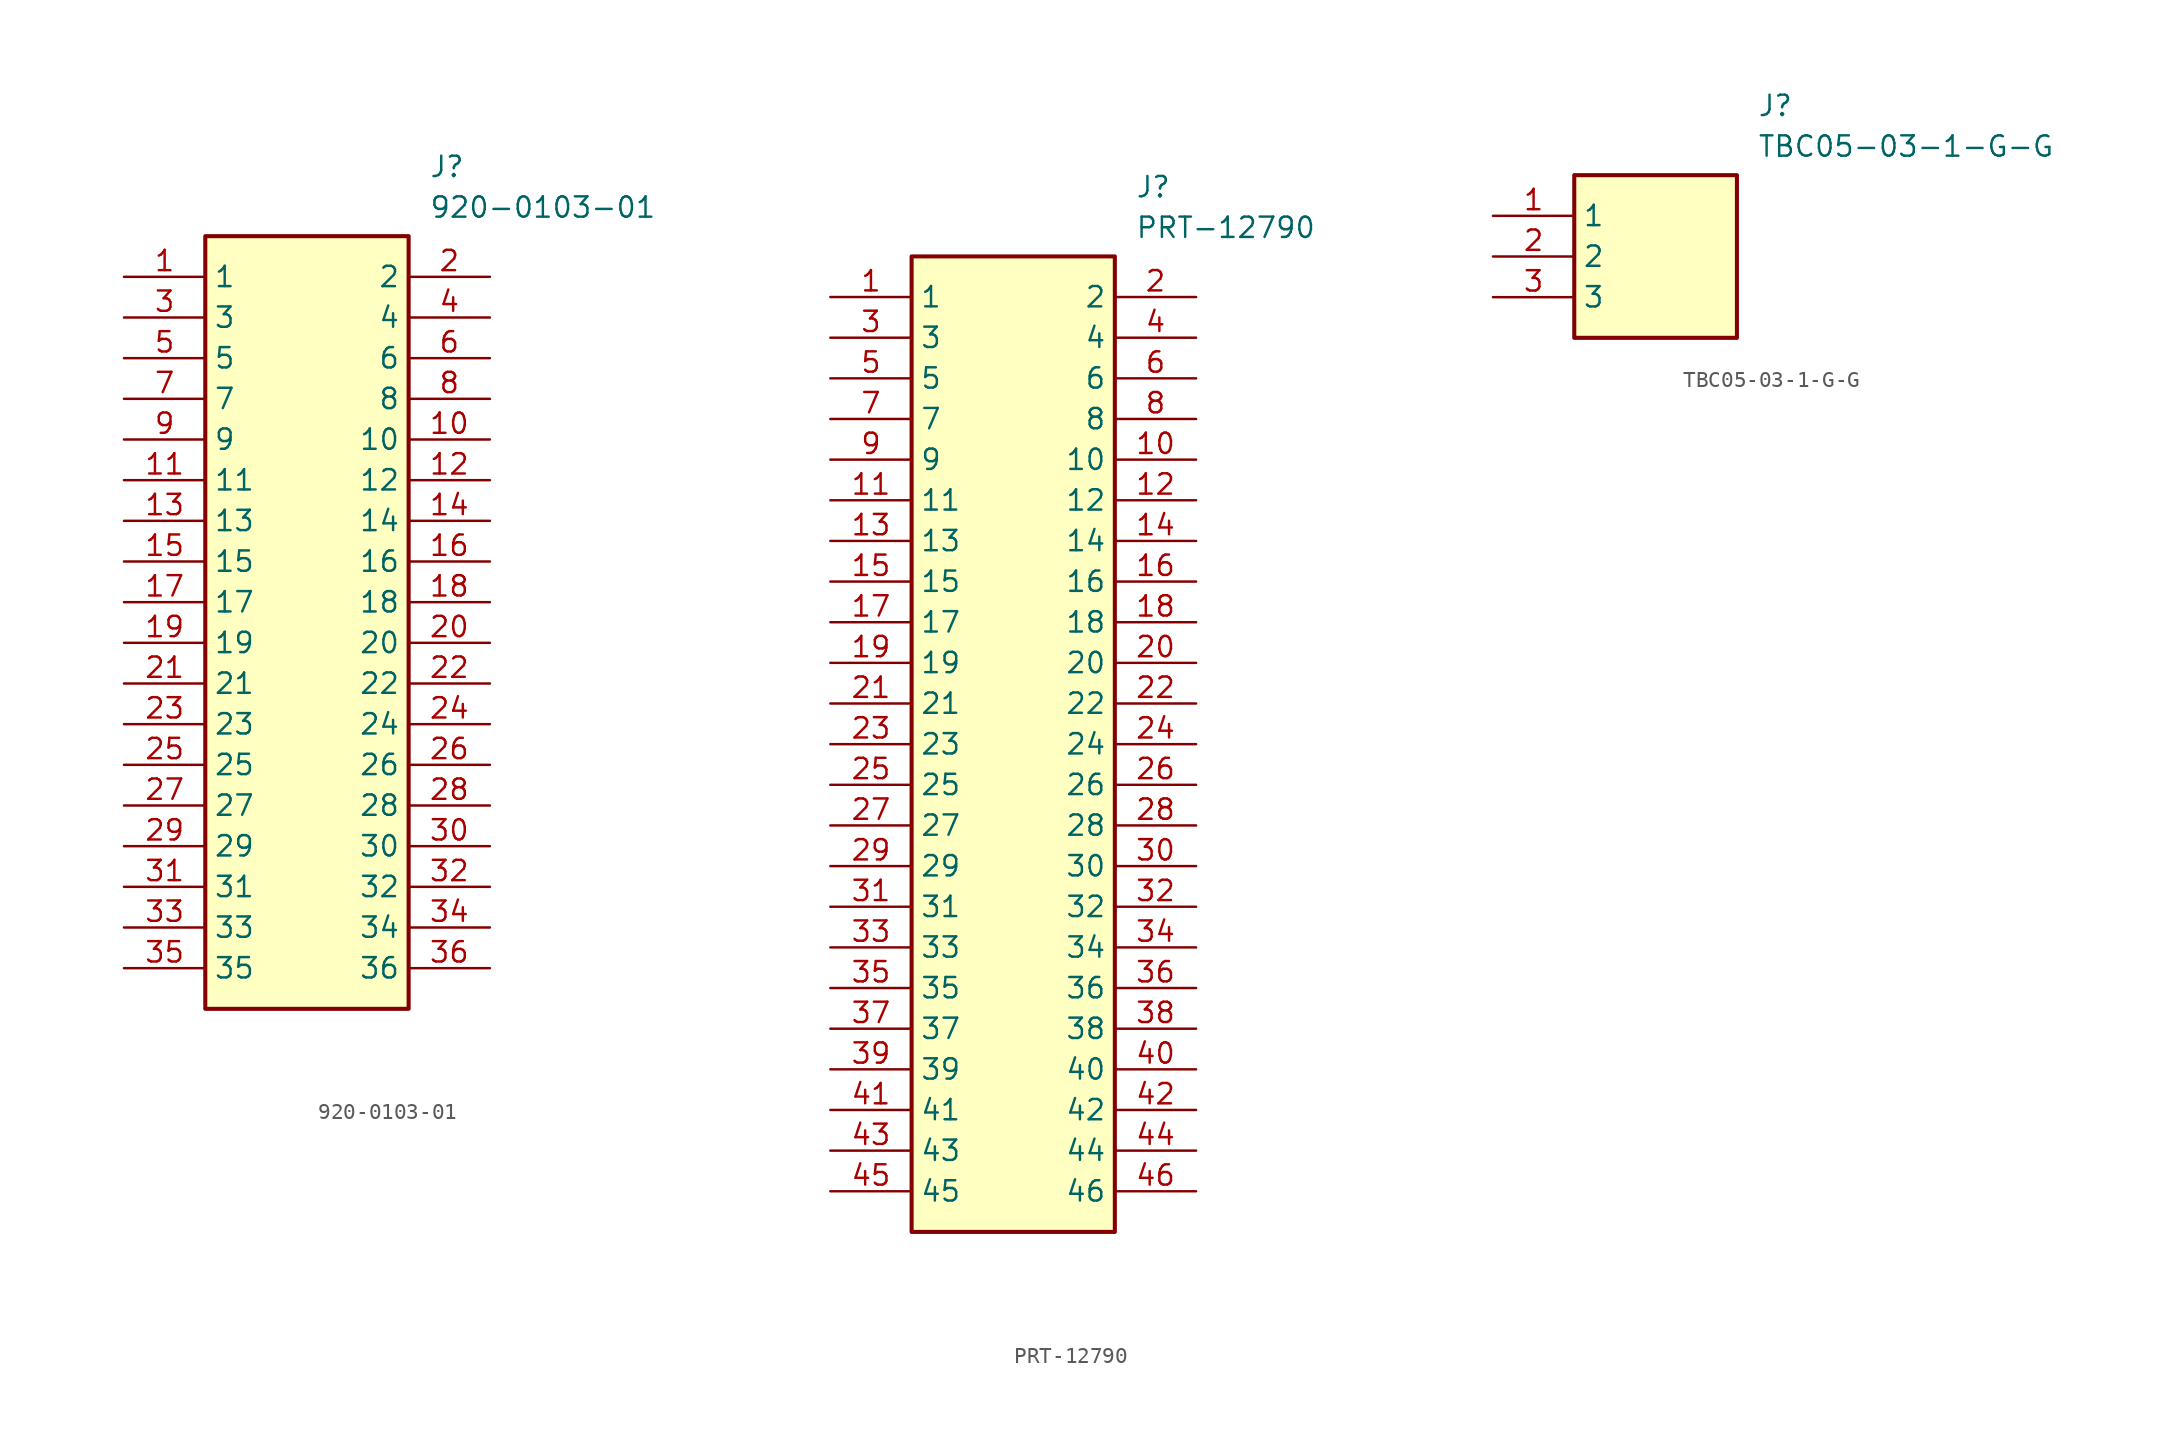
<source format=kicad_sym>
(kicad_symbol_lib
  (version 20241209)
  (generator "kicad_symbol_editor")
  (generator_version "9.0")
  (symbol "920-0103-01"
    (property "Reference" "J"
      (at 19.05 7.62 0)
      (effects (font (size 1.27 1.27)) (justify left top)))
    (property "Value" "920-0103-01"
      (at 19.05 5.08 0)
      (effects (font (size 1.27 1.27)) (justify left top)))
    (symbol "920-0103-01_1_1"
      (rectangle (start 5.08 2.54) (end 17.78 -45.72) (stroke (width 0.254) (type default)) (fill (type background)))
      (pin passive line (at 0 0 0) (length 5.08) (name "1" (effects (font (size 1.27 1.27)))) (number "1" (effects (font (size 1.27 1.27)))))
      (pin passive line (at 0 -2.54 0) (length 5.08) (name "3" (effects (font (size 1.27 1.27)))) (number "3" (effects (font (size 1.27 1.27)))))
      (pin passive line (at 0 -5.08 0) (length 5.08) (name "5" (effects (font (size 1.27 1.27)))) (number "5" (effects (font (size 1.27 1.27)))))
      (pin passive line (at 0 -7.62 0) (length 5.08) (name "7" (effects (font (size 1.27 1.27)))) (number "7" (effects (font (size 1.27 1.27)))))
      (pin passive line (at 0 -10.16 0) (length 5.08) (name "9" (effects (font (size 1.27 1.27)))) (number "9" (effects (font (size 1.27 1.27)))))
      (pin passive line (at 0 -12.7 0) (length 5.08) (name "11" (effects (font (size 1.27 1.27)))) (number "11" (effects (font (size 1.27 1.27)))))
      (pin passive line (at 0 -15.24 0) (length 5.08) (name "13" (effects (font (size 1.27 1.27)))) (number "13" (effects (font (size 1.27 1.27)))))
      (pin passive line (at 0 -17.78 0) (length 5.08) (name "15" (effects (font (size 1.27 1.27)))) (number "15" (effects (font (size 1.27 1.27)))))
      (pin passive line (at 0 -20.32 0) (length 5.08) (name "17" (effects (font (size 1.27 1.27)))) (number "17" (effects (font (size 1.27 1.27)))))
      (pin passive line (at 0 -22.86 0) (length 5.08) (name "19" (effects (font (size 1.27 1.27)))) (number "19" (effects (font (size 1.27 1.27)))))
      (pin passive line (at 0 -25.4 0) (length 5.08) (name "21" (effects (font (size 1.27 1.27)))) (number "21" (effects (font (size 1.27 1.27)))))
      (pin passive line (at 0 -27.94 0) (length 5.08) (name "23" (effects (font (size 1.27 1.27)))) (number "23" (effects (font (size 1.27 1.27)))))
      (pin passive line (at 0 -30.48 0) (length 5.08) (name "25" (effects (font (size 1.27 1.27)))) (number "25" (effects (font (size 1.27 1.27)))))
      (pin passive line (at 0 -33.02 0) (length 5.08) (name "27" (effects (font (size 1.27 1.27)))) (number "27" (effects (font (size 1.27 1.27)))))
      (pin passive line (at 0 -35.56 0) (length 5.08) (name "29" (effects (font (size 1.27 1.27)))) (number "29" (effects (font (size 1.27 1.27)))))
      (pin passive line (at 0 -38.1 0) (length 5.08) (name "31" (effects (font (size 1.27 1.27)))) (number "31" (effects (font (size 1.27 1.27)))))
      (pin passive line (at 0 -40.64 0) (length 5.08) (name "33" (effects (font (size 1.27 1.27)))) (number "33" (effects (font (size 1.27 1.27)))))
      (pin passive line (at 0 -43.18 0) (length 5.08) (name "35" (effects (font (size 1.27 1.27)))) (number "35" (effects (font (size 1.27 1.27)))))
      (pin passive line (at 22.86 0 180) (length 5.08) (name "2" (effects (font (size 1.27 1.27)))) (number "2" (effects (font (size 1.27 1.27)))))
      (pin passive line (at 22.86 -2.54 180) (length 5.08) (name "4" (effects (font (size 1.27 1.27)))) (number "4" (effects (font (size 1.27 1.27)))))
      (pin passive line (at 22.86 -5.08 180) (length 5.08) (name "6" (effects (font (size 1.27 1.27)))) (number "6" (effects (font (size 1.27 1.27)))))
      (pin passive line (at 22.86 -7.62 180) (length 5.08) (name "8" (effects (font (size 1.27 1.27)))) (number "8" (effects (font (size 1.27 1.27)))))
      (pin passive line (at 22.86 -10.16 180) (length 5.08) (name "10" (effects (font (size 1.27 1.27)))) (number "10" (effects (font (size 1.27 1.27)))))
      (pin passive line (at 22.86 -12.7 180) (length 5.08) (name "12" (effects (font (size 1.27 1.27)))) (number "12" (effects (font (size 1.27 1.27)))))
      (pin passive line (at 22.86 -15.24 180) (length 5.08) (name "14" (effects (font (size 1.27 1.27)))) (number "14" (effects (font (size 1.27 1.27)))))
      (pin passive line (at 22.86 -17.78 180) (length 5.08) (name "16" (effects (font (size 1.27 1.27)))) (number "16" (effects (font (size 1.27 1.27)))))
      (pin passive line (at 22.86 -20.32 180) (length 5.08) (name "18" (effects (font (size 1.27 1.27)))) (number "18" (effects (font (size 1.27 1.27)))))
      (pin passive line (at 22.86 -22.86 180) (length 5.08) (name "20" (effects (font (size 1.27 1.27)))) (number "20" (effects (font (size 1.27 1.27)))))
      (pin passive line (at 22.86 -25.4 180) (length 5.08) (name "22" (effects (font (size 1.27 1.27)))) (number "22" (effects (font (size 1.27 1.27)))))
      (pin passive line (at 22.86 -27.94 180) (length 5.08) (name "24" (effects (font (size 1.27 1.27)))) (number "24" (effects (font (size 1.27 1.27)))))
      (pin passive line (at 22.86 -30.48 180) (length 5.08) (name "26" (effects (font (size 1.27 1.27)))) (number "26" (effects (font (size 1.27 1.27)))))
      (pin passive line (at 22.86 -33.02 180) (length 5.08) (name "28" (effects (font (size 1.27 1.27)))) (number "28" (effects (font (size 1.27 1.27)))))
      (pin passive line (at 22.86 -35.56 180) (length 5.08) (name "30" (effects (font (size 1.27 1.27)))) (number "30" (effects (font (size 1.27 1.27)))))
      (pin passive line (at 22.86 -38.1 180) (length 5.08) (name "32" (effects (font (size 1.27 1.27)))) (number "32" (effects (font (size 1.27 1.27)))))
      (pin passive line (at 22.86 -40.64 180) (length 5.08) (name "34" (effects (font (size 1.27 1.27)))) (number "34" (effects (font (size 1.27 1.27)))))
      (pin passive line (at 22.86 -43.18 180) (length 5.08) (name "36" (effects (font (size 1.27 1.27)))) (number "36" (effects (font (size 1.27 1.27)))))))
  (symbol "PRT-12790"
    (property "Reference" "J"
      (at 19.05 7.62 0)
      (effects (font (size 1.27 1.27)) (justify left top)))
    (property "Value" "PRT-12790"
      (at 19.05 5.08 0)
      (effects (font (size 1.27 1.27)) (justify left top)))
    (symbol "PRT-12790_1_1"
      (rectangle (start 5.08 2.54) (end 17.78 -58.42) (stroke (width 0.254) (type default)) (fill (type background)))
      (pin passive line (at 0 0 0) (length 5.08) (name "1" (effects (font (size 1.27 1.27)))) (number "1" (effects (font (size 1.27 1.27)))))
      (pin passive line (at 0 -2.54 0) (length 5.08) (name "3" (effects (font (size 1.27 1.27)))) (number "3" (effects (font (size 1.27 1.27)))))
      (pin passive line (at 0 -5.08 0) (length 5.08) (name "5" (effects (font (size 1.27 1.27)))) (number "5" (effects (font (size 1.27 1.27)))))
      (pin passive line (at 0 -7.62 0) (length 5.08) (name "7" (effects (font (size 1.27 1.27)))) (number "7" (effects (font (size 1.27 1.27)))))
      (pin passive line (at 0 -10.16 0) (length 5.08) (name "9" (effects (font (size 1.27 1.27)))) (number "9" (effects (font (size 1.27 1.27)))))
      (pin passive line (at 0 -12.7 0) (length 5.08) (name "11" (effects (font (size 1.27 1.27)))) (number "11" (effects (font (size 1.27 1.27)))))
      (pin passive line (at 0 -15.24 0) (length 5.08) (name "13" (effects (font (size 1.27 1.27)))) (number "13" (effects (font (size 1.27 1.27)))))
      (pin passive line (at 0 -17.78 0) (length 5.08) (name "15" (effects (font (size 1.27 1.27)))) (number "15" (effects (font (size 1.27 1.27)))))
      (pin passive line (at 0 -20.32 0) (length 5.08) (name "17" (effects (font (size 1.27 1.27)))) (number "17" (effects (font (size 1.27 1.27)))))
      (pin passive line (at 0 -22.86 0) (length 5.08) (name "19" (effects (font (size 1.27 1.27)))) (number "19" (effects (font (size 1.27 1.27)))))
      (pin passive line (at 0 -25.4 0) (length 5.08) (name "21" (effects (font (size 1.27 1.27)))) (number "21" (effects (font (size 1.27 1.27)))))
      (pin passive line (at 0 -27.94 0) (length 5.08) (name "23" (effects (font (size 1.27 1.27)))) (number "23" (effects (font (size 1.27 1.27)))))
      (pin passive line (at 0 -30.48 0) (length 5.08) (name "25" (effects (font (size 1.27 1.27)))) (number "25" (effects (font (size 1.27 1.27)))))
      (pin passive line (at 0 -33.02 0) (length 5.08) (name "27" (effects (font (size 1.27 1.27)))) (number "27" (effects (font (size 1.27 1.27)))))
      (pin passive line (at 0 -35.56 0) (length 5.08) (name "29" (effects (font (size 1.27 1.27)))) (number "29" (effects (font (size 1.27 1.27)))))
      (pin passive line (at 0 -38.1 0) (length 5.08) (name "31" (effects (font (size 1.27 1.27)))) (number "31" (effects (font (size 1.27 1.27)))))
      (pin passive line (at 0 -40.64 0) (length 5.08) (name "33" (effects (font (size 1.27 1.27)))) (number "33" (effects (font (size 1.27 1.27)))))
      (pin passive line (at 0 -43.18 0) (length 5.08) (name "35" (effects (font (size 1.27 1.27)))) (number "35" (effects (font (size 1.27 1.27)))))
      (pin passive line (at 0 -45.72 0) (length 5.08) (name "37" (effects (font (size 1.27 1.27)))) (number "37" (effects (font (size 1.27 1.27)))))
      (pin passive line (at 0 -48.26 0) (length 5.08) (name "39" (effects (font (size 1.27 1.27)))) (number "39" (effects (font (size 1.27 1.27)))))
      (pin passive line (at 0 -50.8 0) (length 5.08) (name "41" (effects (font (size 1.27 1.27)))) (number "41" (effects (font (size 1.27 1.27)))))
      (pin passive line (at 0 -53.34 0) (length 5.08) (name "43" (effects (font (size 1.27 1.27)))) (number "43" (effects (font (size 1.27 1.27)))))
      (pin passive line (at 0 -55.88 0) (length 5.08) (name "45" (effects (font (size 1.27 1.27)))) (number "45" (effects (font (size 1.27 1.27)))))
      (pin passive line (at 22.86 0 180) (length 5.08) (name "2" (effects (font (size 1.27 1.27)))) (number "2" (effects (font (size 1.27 1.27)))))
      (pin passive line (at 22.86 -2.54 180) (length 5.08) (name "4" (effects (font (size 1.27 1.27)))) (number "4" (effects (font (size 1.27 1.27)))))
      (pin passive line (at 22.86 -5.08 180) (length 5.08) (name "6" (effects (font (size 1.27 1.27)))) (number "6" (effects (font (size 1.27 1.27)))))
      (pin passive line (at 22.86 -7.62 180) (length 5.08) (name "8" (effects (font (size 1.27 1.27)))) (number "8" (effects (font (size 1.27 1.27)))))
      (pin passive line (at 22.86 -10.16 180) (length 5.08) (name "10" (effects (font (size 1.27 1.27)))) (number "10" (effects (font (size 1.27 1.27)))))
      (pin passive line (at 22.86 -12.7 180) (length 5.08) (name "12" (effects (font (size 1.27 1.27)))) (number "12" (effects (font (size 1.27 1.27)))))
      (pin passive line (at 22.86 -15.24 180) (length 5.08) (name "14" (effects (font (size 1.27 1.27)))) (number "14" (effects (font (size 1.27 1.27)))))
      (pin passive line (at 22.86 -17.78 180) (length 5.08) (name "16" (effects (font (size 1.27 1.27)))) (number "16" (effects (font (size 1.27 1.27)))))
      (pin passive line (at 22.86 -20.32 180) (length 5.08) (name "18" (effects (font (size 1.27 1.27)))) (number "18" (effects (font (size 1.27 1.27)))))
      (pin passive line (at 22.86 -22.86 180) (length 5.08) (name "20" (effects (font (size 1.27 1.27)))) (number "20" (effects (font (size 1.27 1.27)))))
      (pin passive line (at 22.86 -25.4 180) (length 5.08) (name "22" (effects (font (size 1.27 1.27)))) (number "22" (effects (font (size 1.27 1.27)))))
      (pin passive line (at 22.86 -27.94 180) (length 5.08) (name "24" (effects (font (size 1.27 1.27)))) (number "24" (effects (font (size 1.27 1.27)))))
      (pin passive line (at 22.86 -30.48 180) (length 5.08) (name "26" (effects (font (size 1.27 1.27)))) (number "26" (effects (font (size 1.27 1.27)))))
      (pin passive line (at 22.86 -33.02 180) (length 5.08) (name "28" (effects (font (size 1.27 1.27)))) (number "28" (effects (font (size 1.27 1.27)))))
      (pin passive line (at 22.86 -35.56 180) (length 5.08) (name "30" (effects (font (size 1.27 1.27)))) (number "30" (effects (font (size 1.27 1.27)))))
      (pin passive line (at 22.86 -38.1 180) (length 5.08) (name "32" (effects (font (size 1.27 1.27)))) (number "32" (effects (font (size 1.27 1.27)))))
      (pin passive line (at 22.86 -40.64 180) (length 5.08) (name "34" (effects (font (size 1.27 1.27)))) (number "34" (effects (font (size 1.27 1.27)))))
      (pin passive line (at 22.86 -43.18 180) (length 5.08) (name "36" (effects (font (size 1.27 1.27)))) (number "36" (effects (font (size 1.27 1.27)))))
      (pin passive line (at 22.86 -45.72 180) (length 5.08) (name "38" (effects (font (size 1.27 1.27)))) (number "38" (effects (font (size 1.27 1.27)))))
      (pin passive line (at 22.86 -48.26 180) (length 5.08) (name "40" (effects (font (size 1.27 1.27)))) (number "40" (effects (font (size 1.27 1.27)))))
      (pin passive line (at 22.86 -50.8 180) (length 5.08) (name "42" (effects (font (size 1.27 1.27)))) (number "42" (effects (font (size 1.27 1.27)))))
      (pin passive line (at 22.86 -53.34 180) (length 5.08) (name "44" (effects (font (size 1.27 1.27)))) (number "44" (effects (font (size 1.27 1.27)))))
      (pin passive line (at 22.86 -55.88 180) (length 5.08) (name "46" (effects (font (size 1.27 1.27)))) (number "46" (effects (font (size 1.27 1.27)))))))
  (symbol "TBC05-03-1-G-G"
    (property "Reference" "J"
      (at 16.51 7.62 0)
      (effects (font (size 1.27 1.27)) (justify left top)))
    (property "Value" "TBC05-03-1-G-G"
      (at 16.51 5.08 0)
      (effects (font (size 1.27 1.27)) (justify left top)))
    (symbol "TBC05-03-1-G-G_1_1"
      (rectangle (start 5.08 2.54) (end 15.24 -7.62) (stroke (width 0.254) (type default)) (fill (type background)))
      (pin passive line (at 0 0 0) (length 5.08) (name "1" (effects (font (size 1.27 1.27)))) (number "1" (effects (font (size 1.27 1.27)))))
      (pin passive line (at 0 -2.54 0) (length 5.08) (name "2" (effects (font (size 1.27 1.27)))) (number "2" (effects (font (size 1.27 1.27)))))
      (pin passive line (at 0 -5.08 0) (length 5.08) (name "3" (effects (font (size 1.27 1.27)))) (number "3" (effects (font (size 1.27 1.27))))))))
</source>
